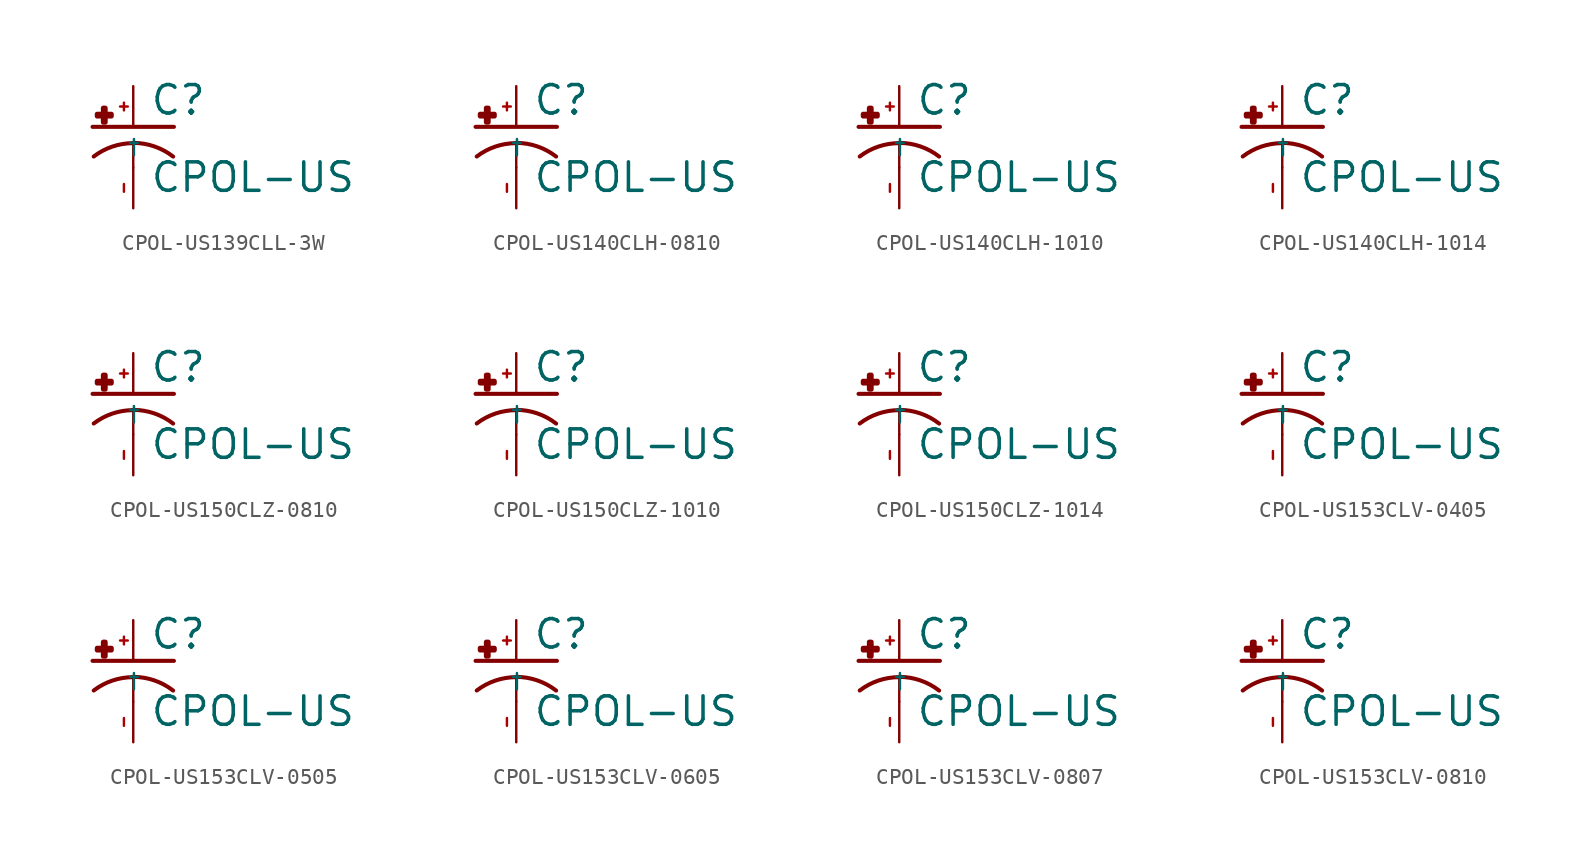
<source format=kicad_sym>
(kicad_symbol_lib
  (version 20220914)
  (generator Eagle2Kicad)
  (symbol "CPOL-US139CLL-3W"
    (property "Reference" "C"
      (at 1.016 0.635 0)
      (effects (font (size 1.778 1.778) (thickness 0.22)) (justify left bottom)))
    (property "Value" "CPOL-US"
      (at 1.016 -4.191 0)
      (effects (font (size 1.778 1.778) (thickness 0.22)) (justify left bottom)))
    (polyline
      (pts (xy -2.54 0) (xy 2.54 0))
      (stroke (width 0.254) (type default))
      (fill (type none)))
    (polyline
      (pts (xy 0 -1.016) (xy 0 -2.54))
      (stroke (width 0.152) (type default))
      (fill (type none)))
    (arc
      (start 2.4892 -1.8542)
      (mid 1.316 -1.220)
      (end 0 -1)
      (stroke (width 0.254) (type default))
      (fill (type none)))
    (arc
      (start 0 -1.0161)
      (mid -1.302 -1.230)
      (end -2.4669 -1.8504)
      (stroke (width 0.254) (type default))
      (fill (type none)))
    (rectangle
      (start -2.253 0.668)
      (end -1.364 0.795)
      (stroke (width 0.3) (type default))
      (fill (type outline)))
    (rectangle
      (start -1.872 0.287)
      (end -1.745 1.176)
      (stroke (width 0.3) (type default))
      (fill (type outline)))
    (pin passive line
      (at 0 2.54 270)
      (length 2.54)
      (name "+" (effects (font (size 0.635 0.635) (thickness 0.08)) (justify left bottom)))
      (number "+" (effects (font (size 0.635 0.635) (thickness 0.08)) (justify left bottom))))
    (pin passive line
      (at 0 -5.08 90)
      (length 2.54)
      (name "-" (effects (font (size 0.635 0.635) (thickness 0.08)) (justify left bottom)))
      (number "-" (effects (font (size 0.635 0.635) (thickness 0.08)) (justify left bottom)))))
  (symbol "CPOL-US140CLH-0810"
    (property "Reference" "C"
      (at 1.016 0.635 0)
      (effects (font (size 1.778 1.778) (thickness 0.22)) (justify left bottom)))
    (property "Value" "CPOL-US"
      (at 1.016 -4.191 0)
      (effects (font (size 1.778 1.778) (thickness 0.22)) (justify left bottom)))
    (polyline
      (pts (xy -2.54 0) (xy 2.54 0))
      (stroke (width 0.254) (type default))
      (fill (type none)))
    (polyline
      (pts (xy 0 -1.016) (xy 0 -2.54))
      (stroke (width 0.152) (type default))
      (fill (type none)))
    (arc
      (start 2.4892 -1.8542)
      (mid 1.316 -1.220)
      (end 0 -1)
      (stroke (width 0.254) (type default))
      (fill (type none)))
    (arc
      (start 0 -1.0161)
      (mid -1.302 -1.230)
      (end -2.4669 -1.8504)
      (stroke (width 0.254) (type default))
      (fill (type none)))
    (rectangle
      (start -2.253 0.668)
      (end -1.364 0.795)
      (stroke (width 0.3) (type default))
      (fill (type outline)))
    (rectangle
      (start -1.872 0.287)
      (end -1.745 1.176)
      (stroke (width 0.3) (type default))
      (fill (type outline)))
    (pin passive line
      (at 0 2.54 270)
      (length 2.54)
      (name "+" (effects (font (size 0.635 0.635) (thickness 0.08)) (justify left bottom)))
      (number "+" (effects (font (size 0.635 0.635) (thickness 0.08)) (justify left bottom))))
    (pin passive line
      (at 0 -5.08 90)
      (length 2.54)
      (name "-" (effects (font (size 0.635 0.635) (thickness 0.08)) (justify left bottom)))
      (number "-" (effects (font (size 0.635 0.635) (thickness 0.08)) (justify left bottom)))))
  (symbol "CPOL-US140CLH-1010"
    (property "Reference" "C"
      (at 1.016 0.635 0)
      (effects (font (size 1.778 1.778) (thickness 0.22)) (justify left bottom)))
    (property "Value" "CPOL-US"
      (at 1.016 -4.191 0)
      (effects (font (size 1.778 1.778) (thickness 0.22)) (justify left bottom)))
    (polyline
      (pts (xy -2.54 0) (xy 2.54 0))
      (stroke (width 0.254) (type default))
      (fill (type none)))
    (polyline
      (pts (xy 0 -1.016) (xy 0 -2.54))
      (stroke (width 0.152) (type default))
      (fill (type none)))
    (arc
      (start 2.4892 -1.8542)
      (mid 1.316 -1.220)
      (end 0 -1)
      (stroke (width 0.254) (type default))
      (fill (type none)))
    (arc
      (start 0 -1.0161)
      (mid -1.302 -1.230)
      (end -2.4669 -1.8504)
      (stroke (width 0.254) (type default))
      (fill (type none)))
    (rectangle
      (start -2.253 0.668)
      (end -1.364 0.795)
      (stroke (width 0.3) (type default))
      (fill (type outline)))
    (rectangle
      (start -1.872 0.287)
      (end -1.745 1.176)
      (stroke (width 0.3) (type default))
      (fill (type outline)))
    (pin passive line
      (at 0 2.54 270)
      (length 2.54)
      (name "+" (effects (font (size 0.635 0.635) (thickness 0.08)) (justify left bottom)))
      (number "+" (effects (font (size 0.635 0.635) (thickness 0.08)) (justify left bottom))))
    (pin passive line
      (at 0 -5.08 90)
      (length 2.54)
      (name "-" (effects (font (size 0.635 0.635) (thickness 0.08)) (justify left bottom)))
      (number "-" (effects (font (size 0.635 0.635) (thickness 0.08)) (justify left bottom)))))
  (symbol "CPOL-US140CLH-1014"
    (property "Reference" "C"
      (at 1.016 0.635 0)
      (effects (font (size 1.778 1.778) (thickness 0.22)) (justify left bottom)))
    (property "Value" "CPOL-US"
      (at 1.016 -4.191 0)
      (effects (font (size 1.778 1.778) (thickness 0.22)) (justify left bottom)))
    (polyline
      (pts (xy -2.54 0) (xy 2.54 0))
      (stroke (width 0.254) (type default))
      (fill (type none)))
    (polyline
      (pts (xy 0 -1.016) (xy 0 -2.54))
      (stroke (width 0.152) (type default))
      (fill (type none)))
    (arc
      (start 2.4892 -1.8542)
      (mid 1.316 -1.220)
      (end 0 -1)
      (stroke (width 0.254) (type default))
      (fill (type none)))
    (arc
      (start 0 -1.0161)
      (mid -1.302 -1.230)
      (end -2.4669 -1.8504)
      (stroke (width 0.254) (type default))
      (fill (type none)))
    (rectangle
      (start -2.253 0.668)
      (end -1.364 0.795)
      (stroke (width 0.3) (type default))
      (fill (type outline)))
    (rectangle
      (start -1.872 0.287)
      (end -1.745 1.176)
      (stroke (width 0.3) (type default))
      (fill (type outline)))
    (pin passive line
      (at 0 2.54 270)
      (length 2.54)
      (name "+" (effects (font (size 0.635 0.635) (thickness 0.08)) (justify left bottom)))
      (number "+" (effects (font (size 0.635 0.635) (thickness 0.08)) (justify left bottom))))
    (pin passive line
      (at 0 -5.08 90)
      (length 2.54)
      (name "-" (effects (font (size 0.635 0.635) (thickness 0.08)) (justify left bottom)))
      (number "-" (effects (font (size 0.635 0.635) (thickness 0.08)) (justify left bottom)))))
  (symbol "CPOL-US150CLZ-0810"
    (property "Reference" "C"
      (at 1.016 0.635 0)
      (effects (font (size 1.778 1.778) (thickness 0.22)) (justify left bottom)))
    (property "Value" "CPOL-US"
      (at 1.016 -4.191 0)
      (effects (font (size 1.778 1.778) (thickness 0.22)) (justify left bottom)))
    (polyline
      (pts (xy -2.54 0) (xy 2.54 0))
      (stroke (width 0.254) (type default))
      (fill (type none)))
    (polyline
      (pts (xy 0 -1.016) (xy 0 -2.54))
      (stroke (width 0.152) (type default))
      (fill (type none)))
    (arc
      (start 2.4892 -1.8542)
      (mid 1.316 -1.220)
      (end 0 -1)
      (stroke (width 0.254) (type default))
      (fill (type none)))
    (arc
      (start 0 -1.0161)
      (mid -1.302 -1.230)
      (end -2.4669 -1.8504)
      (stroke (width 0.254) (type default))
      (fill (type none)))
    (rectangle
      (start -2.253 0.668)
      (end -1.364 0.795)
      (stroke (width 0.3) (type default))
      (fill (type outline)))
    (rectangle
      (start -1.872 0.287)
      (end -1.745 1.176)
      (stroke (width 0.3) (type default))
      (fill (type outline)))
    (pin passive line
      (at 0 2.54 270)
      (length 2.54)
      (name "+" (effects (font (size 0.635 0.635) (thickness 0.08)) (justify left bottom)))
      (number "+" (effects (font (size 0.635 0.635) (thickness 0.08)) (justify left bottom))))
    (pin passive line
      (at 0 -5.08 90)
      (length 2.54)
      (name "-" (effects (font (size 0.635 0.635) (thickness 0.08)) (justify left bottom)))
      (number "-" (effects (font (size 0.635 0.635) (thickness 0.08)) (justify left bottom)))))
  (symbol "CPOL-US150CLZ-1010"
    (property "Reference" "C"
      (at 1.016 0.635 0)
      (effects (font (size 1.778 1.778) (thickness 0.22)) (justify left bottom)))
    (property "Value" "CPOL-US"
      (at 1.016 -4.191 0)
      (effects (font (size 1.778 1.778) (thickness 0.22)) (justify left bottom)))
    (polyline
      (pts (xy -2.54 0) (xy 2.54 0))
      (stroke (width 0.254) (type default))
      (fill (type none)))
    (polyline
      (pts (xy 0 -1.016) (xy 0 -2.54))
      (stroke (width 0.152) (type default))
      (fill (type none)))
    (arc
      (start 2.4892 -1.8542)
      (mid 1.316 -1.220)
      (end 0 -1)
      (stroke (width 0.254) (type default))
      (fill (type none)))
    (arc
      (start 0 -1.0161)
      (mid -1.302 -1.230)
      (end -2.4669 -1.8504)
      (stroke (width 0.254) (type default))
      (fill (type none)))
    (rectangle
      (start -2.253 0.668)
      (end -1.364 0.795)
      (stroke (width 0.3) (type default))
      (fill (type outline)))
    (rectangle
      (start -1.872 0.287)
      (end -1.745 1.176)
      (stroke (width 0.3) (type default))
      (fill (type outline)))
    (pin passive line
      (at 0 2.54 270)
      (length 2.54)
      (name "+" (effects (font (size 0.635 0.635) (thickness 0.08)) (justify left bottom)))
      (number "+" (effects (font (size 0.635 0.635) (thickness 0.08)) (justify left bottom))))
    (pin passive line
      (at 0 -5.08 90)
      (length 2.54)
      (name "-" (effects (font (size 0.635 0.635) (thickness 0.08)) (justify left bottom)))
      (number "-" (effects (font (size 0.635 0.635) (thickness 0.08)) (justify left bottom)))))
  (symbol "CPOL-US150CLZ-1014"
    (property "Reference" "C"
      (at 1.016 0.635 0)
      (effects (font (size 1.778 1.778) (thickness 0.22)) (justify left bottom)))
    (property "Value" "CPOL-US"
      (at 1.016 -4.191 0)
      (effects (font (size 1.778 1.778) (thickness 0.22)) (justify left bottom)))
    (polyline
      (pts (xy -2.54 0) (xy 2.54 0))
      (stroke (width 0.254) (type default))
      (fill (type none)))
    (polyline
      (pts (xy 0 -1.016) (xy 0 -2.54))
      (stroke (width 0.152) (type default))
      (fill (type none)))
    (arc
      (start 2.4892 -1.8542)
      (mid 1.316 -1.220)
      (end 0 -1)
      (stroke (width 0.254) (type default))
      (fill (type none)))
    (arc
      (start 0 -1.0161)
      (mid -1.302 -1.230)
      (end -2.4669 -1.8504)
      (stroke (width 0.254) (type default))
      (fill (type none)))
    (rectangle
      (start -2.253 0.668)
      (end -1.364 0.795)
      (stroke (width 0.3) (type default))
      (fill (type outline)))
    (rectangle
      (start -1.872 0.287)
      (end -1.745 1.176)
      (stroke (width 0.3) (type default))
      (fill (type outline)))
    (pin passive line
      (at 0 2.54 270)
      (length 2.54)
      (name "+" (effects (font (size 0.635 0.635) (thickness 0.08)) (justify left bottom)))
      (number "+" (effects (font (size 0.635 0.635) (thickness 0.08)) (justify left bottom))))
    (pin passive line
      (at 0 -5.08 90)
      (length 2.54)
      (name "-" (effects (font (size 0.635 0.635) (thickness 0.08)) (justify left bottom)))
      (number "-" (effects (font (size 0.635 0.635) (thickness 0.08)) (justify left bottom)))))
  (symbol "CPOL-US153CLV-0405"
    (property "Reference" "C"
      (at 1.016 0.635 0)
      (effects (font (size 1.778 1.778) (thickness 0.22)) (justify left bottom)))
    (property "Value" "CPOL-US"
      (at 1.016 -4.191 0)
      (effects (font (size 1.778 1.778) (thickness 0.22)) (justify left bottom)))
    (polyline
      (pts (xy -2.54 0) (xy 2.54 0))
      (stroke (width 0.254) (type default))
      (fill (type none)))
    (polyline
      (pts (xy 0 -1.016) (xy 0 -2.54))
      (stroke (width 0.152) (type default))
      (fill (type none)))
    (arc
      (start 2.4892 -1.8542)
      (mid 1.316 -1.220)
      (end 0 -1)
      (stroke (width 0.254) (type default))
      (fill (type none)))
    (arc
      (start 0 -1.0161)
      (mid -1.302 -1.230)
      (end -2.4669 -1.8504)
      (stroke (width 0.254) (type default))
      (fill (type none)))
    (rectangle
      (start -2.253 0.668)
      (end -1.364 0.795)
      (stroke (width 0.3) (type default))
      (fill (type outline)))
    (rectangle
      (start -1.872 0.287)
      (end -1.745 1.176)
      (stroke (width 0.3) (type default))
      (fill (type outline)))
    (pin passive line
      (at 0 2.54 270)
      (length 2.54)
      (name "+" (effects (font (size 0.635 0.635) (thickness 0.08)) (justify left bottom)))
      (number "+" (effects (font (size 0.635 0.635) (thickness 0.08)) (justify left bottom))))
    (pin passive line
      (at 0 -5.08 90)
      (length 2.54)
      (name "-" (effects (font (size 0.635 0.635) (thickness 0.08)) (justify left bottom)))
      (number "-" (effects (font (size 0.635 0.635) (thickness 0.08)) (justify left bottom)))))
  (symbol "CPOL-US153CLV-0505"
    (property "Reference" "C"
      (at 1.016 0.635 0)
      (effects (font (size 1.778 1.778) (thickness 0.22)) (justify left bottom)))
    (property "Value" "CPOL-US"
      (at 1.016 -4.191 0)
      (effects (font (size 1.778 1.778) (thickness 0.22)) (justify left bottom)))
    (polyline
      (pts (xy -2.54 0) (xy 2.54 0))
      (stroke (width 0.254) (type default))
      (fill (type none)))
    (polyline
      (pts (xy 0 -1.016) (xy 0 -2.54))
      (stroke (width 0.152) (type default))
      (fill (type none)))
    (arc
      (start 2.4892 -1.8542)
      (mid 1.316 -1.220)
      (end 0 -1)
      (stroke (width 0.254) (type default))
      (fill (type none)))
    (arc
      (start 0 -1.0161)
      (mid -1.302 -1.230)
      (end -2.4669 -1.8504)
      (stroke (width 0.254) (type default))
      (fill (type none)))
    (rectangle
      (start -2.253 0.668)
      (end -1.364 0.795)
      (stroke (width 0.3) (type default))
      (fill (type outline)))
    (rectangle
      (start -1.872 0.287)
      (end -1.745 1.176)
      (stroke (width 0.3) (type default))
      (fill (type outline)))
    (pin passive line
      (at 0 2.54 270)
      (length 2.54)
      (name "+" (effects (font (size 0.635 0.635) (thickness 0.08)) (justify left bottom)))
      (number "+" (effects (font (size 0.635 0.635) (thickness 0.08)) (justify left bottom))))
    (pin passive line
      (at 0 -5.08 90)
      (length 2.54)
      (name "-" (effects (font (size 0.635 0.635) (thickness 0.08)) (justify left bottom)))
      (number "-" (effects (font (size 0.635 0.635) (thickness 0.08)) (justify left bottom)))))
  (symbol "CPOL-US153CLV-0605"
    (property "Reference" "C"
      (at 1.016 0.635 0)
      (effects (font (size 1.778 1.778) (thickness 0.22)) (justify left bottom)))
    (property "Value" "CPOL-US"
      (at 1.016 -4.191 0)
      (effects (font (size 1.778 1.778) (thickness 0.22)) (justify left bottom)))
    (polyline
      (pts (xy -2.54 0) (xy 2.54 0))
      (stroke (width 0.254) (type default))
      (fill (type none)))
    (polyline
      (pts (xy 0 -1.016) (xy 0 -2.54))
      (stroke (width 0.152) (type default))
      (fill (type none)))
    (arc
      (start 2.4892 -1.8542)
      (mid 1.316 -1.220)
      (end 0 -1)
      (stroke (width 0.254) (type default))
      (fill (type none)))
    (arc
      (start 0 -1.0161)
      (mid -1.302 -1.230)
      (end -2.4669 -1.8504)
      (stroke (width 0.254) (type default))
      (fill (type none)))
    (rectangle
      (start -2.253 0.668)
      (end -1.364 0.795)
      (stroke (width 0.3) (type default))
      (fill (type outline)))
    (rectangle
      (start -1.872 0.287)
      (end -1.745 1.176)
      (stroke (width 0.3) (type default))
      (fill (type outline)))
    (pin passive line
      (at 0 2.54 270)
      (length 2.54)
      (name "+" (effects (font (size 0.635 0.635) (thickness 0.08)) (justify left bottom)))
      (number "+" (effects (font (size 0.635 0.635) (thickness 0.08)) (justify left bottom))))
    (pin passive line
      (at 0 -5.08 90)
      (length 2.54)
      (name "-" (effects (font (size 0.635 0.635) (thickness 0.08)) (justify left bottom)))
      (number "-" (effects (font (size 0.635 0.635) (thickness 0.08)) (justify left bottom)))))
  (symbol "CPOL-US153CLV-0807"
    (property "Reference" "C"
      (at 1.016 0.635 0)
      (effects (font (size 1.778 1.778) (thickness 0.22)) (justify left bottom)))
    (property "Value" "CPOL-US"
      (at 1.016 -4.191 0)
      (effects (font (size 1.778 1.778) (thickness 0.22)) (justify left bottom)))
    (polyline
      (pts (xy -2.54 0) (xy 2.54 0))
      (stroke (width 0.254) (type default))
      (fill (type none)))
    (polyline
      (pts (xy 0 -1.016) (xy 0 -2.54))
      (stroke (width 0.152) (type default))
      (fill (type none)))
    (arc
      (start 2.4892 -1.8542)
      (mid 1.316 -1.220)
      (end 0 -1)
      (stroke (width 0.254) (type default))
      (fill (type none)))
    (arc
      (start 0 -1.0161)
      (mid -1.302 -1.230)
      (end -2.4669 -1.8504)
      (stroke (width 0.254) (type default))
      (fill (type none)))
    (rectangle
      (start -2.253 0.668)
      (end -1.364 0.795)
      (stroke (width 0.3) (type default))
      (fill (type outline)))
    (rectangle
      (start -1.872 0.287)
      (end -1.745 1.176)
      (stroke (width 0.3) (type default))
      (fill (type outline)))
    (pin passive line
      (at 0 2.54 270)
      (length 2.54)
      (name "+" (effects (font (size 0.635 0.635) (thickness 0.08)) (justify left bottom)))
      (number "+" (effects (font (size 0.635 0.635) (thickness 0.08)) (justify left bottom))))
    (pin passive line
      (at 0 -5.08 90)
      (length 2.54)
      (name "-" (effects (font (size 0.635 0.635) (thickness 0.08)) (justify left bottom)))
      (number "-" (effects (font (size 0.635 0.635) (thickness 0.08)) (justify left bottom)))))
  (symbol "CPOL-US153CLV-0810"
    (property "Reference" "C"
      (at 1.016 0.635 0)
      (effects (font (size 1.778 1.778) (thickness 0.22)) (justify left bottom)))
    (property "Value" "CPOL-US"
      (at 1.016 -4.191 0)
      (effects (font (size 1.778 1.778) (thickness 0.22)) (justify left bottom)))
    (polyline
      (pts (xy -2.54 0) (xy 2.54 0))
      (stroke (width 0.254) (type default))
      (fill (type none)))
    (polyline
      (pts (xy 0 -1.016) (xy 0 -2.54))
      (stroke (width 0.152) (type default))
      (fill (type none)))
    (arc
      (start 2.4892 -1.8542)
      (mid 1.316 -1.220)
      (end 0 -1)
      (stroke (width 0.254) (type default))
      (fill (type none)))
    (arc
      (start 0 -1.0161)
      (mid -1.302 -1.230)
      (end -2.4669 -1.8504)
      (stroke (width 0.254) (type default))
      (fill (type none)))
    (rectangle
      (start -2.253 0.668)
      (end -1.364 0.795)
      (stroke (width 0.3) (type default))
      (fill (type outline)))
    (rectangle
      (start -1.872 0.287)
      (end -1.745 1.176)
      (stroke (width 0.3) (type default))
      (fill (type outline)))
    (pin passive line
      (at 0 2.54 270)
      (length 2.54)
      (name "+" (effects (font (size 0.635 0.635) (thickness 0.08)) (justify left bottom)))
      (number "+" (effects (font (size 0.635 0.635) (thickness 0.08)) (justify left bottom))))
    (pin passive line
      (at 0 -5.08 90)
      (length 2.54)
      (name "-" (effects (font (size 0.635 0.635) (thickness 0.08)) (justify left bottom)))
      (number "-" (effects (font (size 0.635 0.635) (thickness 0.08)) (justify left bottom))))))
</source>
